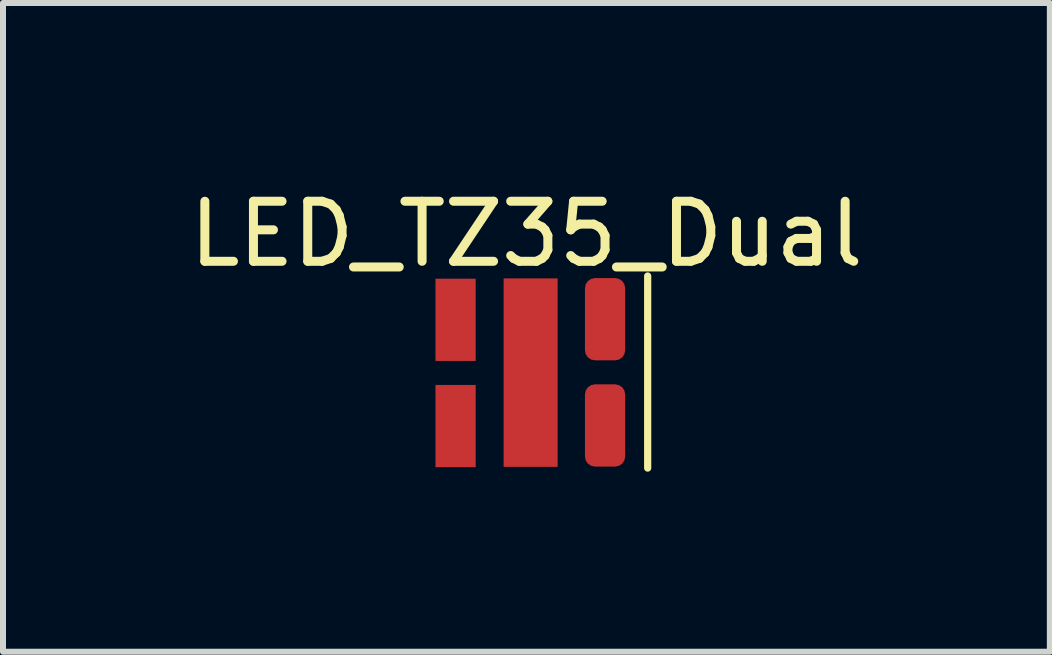
<source format=kicad_pcb>
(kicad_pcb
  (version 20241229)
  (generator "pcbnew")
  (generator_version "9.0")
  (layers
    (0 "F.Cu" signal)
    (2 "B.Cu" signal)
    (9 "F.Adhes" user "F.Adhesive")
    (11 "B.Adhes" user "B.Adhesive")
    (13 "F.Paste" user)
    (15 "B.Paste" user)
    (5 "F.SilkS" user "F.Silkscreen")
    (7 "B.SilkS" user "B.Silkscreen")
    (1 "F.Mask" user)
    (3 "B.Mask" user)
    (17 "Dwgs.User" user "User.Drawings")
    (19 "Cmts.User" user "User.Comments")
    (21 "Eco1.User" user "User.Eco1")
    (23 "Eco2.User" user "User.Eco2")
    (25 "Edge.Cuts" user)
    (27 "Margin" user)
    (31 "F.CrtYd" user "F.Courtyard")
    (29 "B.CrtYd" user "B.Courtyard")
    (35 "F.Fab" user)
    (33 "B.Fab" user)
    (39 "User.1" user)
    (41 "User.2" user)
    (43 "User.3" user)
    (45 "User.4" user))
  (footprint "LED_TZ35_Dual"
    (layer "F.Cu")
    (at 5.79 3.158)
    (property "Reference" "LED_TZ35_Dual" (at -0.07 -2.31 0) (layer "F.SilkS") (effects (font (size 1 1) (thickness 0.15))))
    (attr through_hole)
    (fp_line (start 1.95 -1.61) (end 1.95 1.59) (stroke (width 0.12) (type solid)) (layer "F.SilkS"))
    (pad "1" smd rect (at -1.25 -0.88) (size 0.67 1.37) (layers "F.Cu" "F.Mask" "F.Paste"))
    (pad "2" smd roundrect (at 1.24 -0.89) (size 0.67 1.37) (layers "F.Cu" "F.Mask" "F.Paste") (roundrect_rratio 0.25))
    (pad "3" smd rect (at -1.25 0.89) (size 0.67 1.37) (layers "F.Cu" "F.Mask" "F.Paste"))
    (pad "4" smd roundrect (at 1.24 0.88) (size 0.67 1.37) (layers "F.Cu" "F.Mask" "F.Paste") (roundrect_rratio 0.25))
    (pad "5" smd rect (at 0 0) (size 0.9 3.14) (layers "F.Cu" "F.Mask" "F.Paste")))
  (gr_rect
    (start -3 -3)
    (end 14.44 7.808)
    (stroke (width 0.1) (type default))
    (fill no)
    (layer "Edge.Cuts")))
</source>
